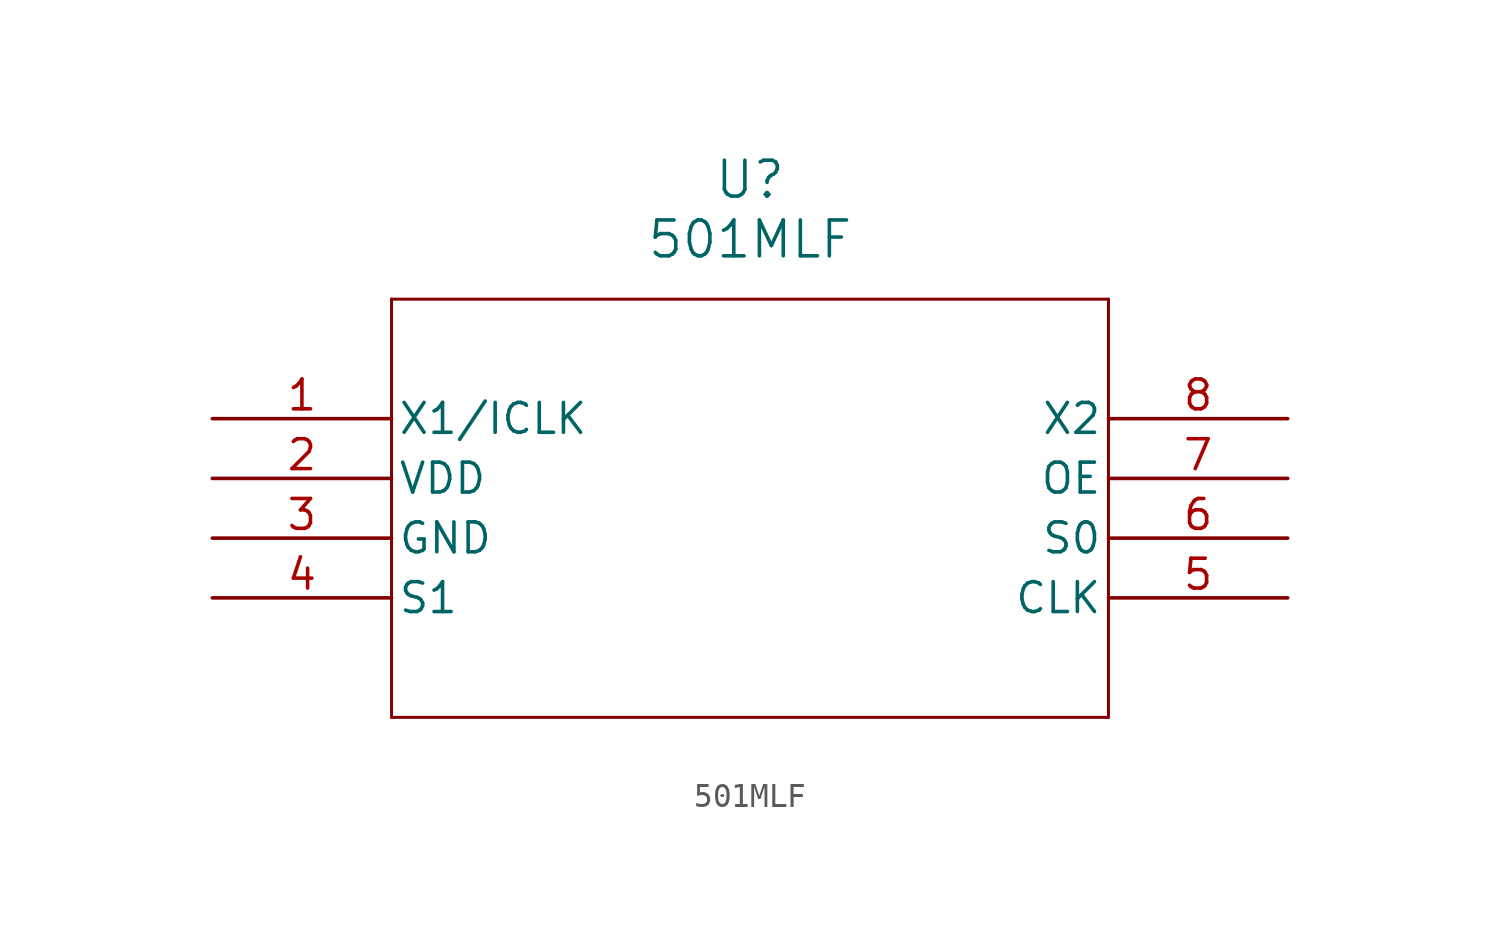
<source format=kicad_sym>
(kicad_symbol_lib
  (version 20211014)
  (generator kicad_symbol_editor)
  (symbol "501MLF"
    (pin_names
      (offset 0.254))
    (property "Reference" "U"
      (at 22.86 10.16 0)
      (effects (font (size 1.524 1.524))))
    (property "Value" "501MLF"
      (at 22.86 7.62 0)
      (effects (font (size 1.524 1.524))))
    (symbol "501MLF_0_1"
      (polyline (pts (xy 7.62 5.08) (xy 7.62 -12.7)) (stroke (width 0.127) (type default) (color 0 0 0 0)) (fill (type none)))
      (polyline (pts (xy 7.62 -12.7) (xy 38.1 -12.7)) (stroke (width 0.127) (type default) (color 0 0 0 0)) (fill (type none)))
      (polyline (pts (xy 38.1 -12.7) (xy 38.1 5.08)) (stroke (width 0.127) (type default) (color 0 0 0 0)) (fill (type none)))
      (polyline (pts (xy 38.1 5.08) (xy 7.62 5.08)) (stroke (width 0.127) (type default) (color 0 0 0 0)) (fill (type none)))
      (pin input line (at 0 0 0) (length 7.62) (name "X1/ICLK" (effects (font (size 1.27 1.27)))) (number "1" (effects (font (size 1.27 1.27)))))
      (pin power_in line (at 0 -2.54 0) (length 7.62) (name "VDD" (effects (font (size 1.27 1.27)))) (number "2" (effects (font (size 1.27 1.27)))))
      (pin power_out line (at 0 -5.08 0) (length 7.62) (name "GND" (effects (font (size 1.27 1.27)))) (number "3" (effects (font (size 1.27 1.27)))))
      (pin input line (at 0 -7.62 0) (length 7.62) (name "S1" (effects (font (size 1.27 1.27)))) (number "4" (effects (font (size 1.27 1.27)))))
      (pin output line (at 45.72 -7.62 180) (length 7.62) (name "CLK" (effects (font (size 1.27 1.27)))) (number "5" (effects (font (size 1.27 1.27)))))
      (pin input line (at 45.72 -5.08 180) (length 7.62) (name "S0" (effects (font (size 1.27 1.27)))) (number "6" (effects (font (size 1.27 1.27)))))
      (pin input line (at 45.72 -2.54 180) (length 7.62) (name "OE" (effects (font (size 1.27 1.27)))) (number "7" (effects (font (size 1.27 1.27)))))
      (pin output line (at 45.72 0 180) (length 7.62) (name "X2" (effects (font (size 1.27 1.27)))) (number "8" (effects (font (size 1.27 1.27))))))))
</source>
